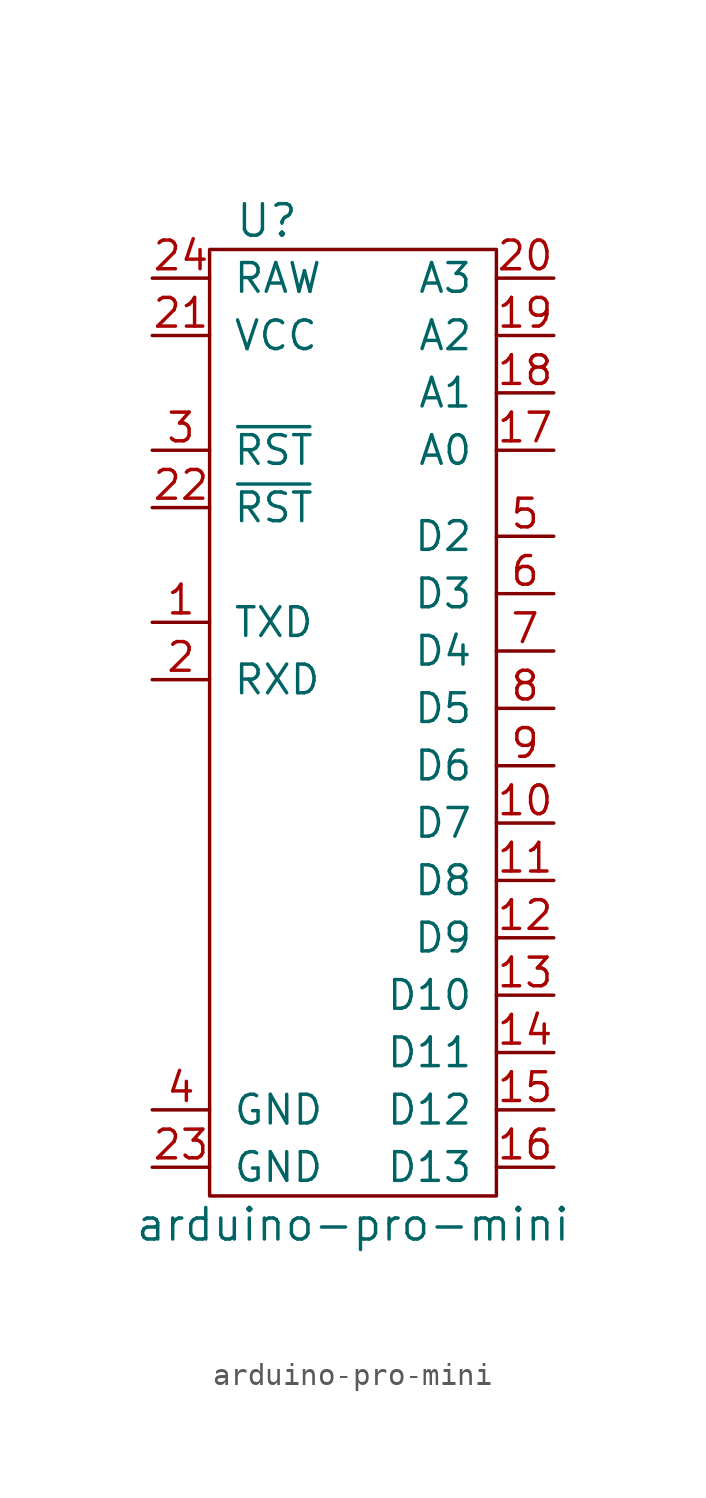
<source format=kicad_sym>
(kicad_symbol_lib
  (version 20231120)
  (generator "kicad_symbol_editor")
  (generator_version "8.0")
  (symbol "arduino-pro-mini"
    (pin_names
      (offset 1.016))
    (property "Reference" "U"
      (at -3.81 21.59 0)
      (effects (font (size 1.397 1.397))))
    (property "Value" "arduino-pro-mini"
      (at 0 -22.86 0)
      (effects (font (size 1.397 1.397))))
    (symbol "arduino-pro-mini_0_1"
      (rectangle (start -6.35 -21.59) (end 6.35 20.32) (stroke (width 0) (type default)) (fill (type none))))
    (symbol "arduino-pro-mini_1_1"
      (pin tri_state line (at -8.89 3.81 0) (length 2.54) (name "TXD" (effects (font (size 1.27 1.27)))) (number "1" (effects (font (size 1.27 1.27)))))
      (pin tri_state line (at 8.89 -5.08 180) (length 2.54) (name "D7" (effects (font (size 1.27 1.27)))) (number "10" (effects (font (size 1.27 1.27)))))
      (pin tri_state line (at 8.89 -7.62 180) (length 2.54) (name "D8" (effects (font (size 1.27 1.27)))) (number "11" (effects (font (size 1.27 1.27)))))
      (pin tri_state line (at 8.89 -10.16 180) (length 2.54) (name "D9" (effects (font (size 1.27 1.27)))) (number "12" (effects (font (size 1.27 1.27)))))
      (pin tri_state line (at 8.89 -12.7 180) (length 2.54) (name "D10" (effects (font (size 1.27 1.27)))) (number "13" (effects (font (size 1.27 1.27)))))
      (pin tri_state line (at 8.89 -15.24 180) (length 2.54) (name "D11" (effects (font (size 1.27 1.27)))) (number "14" (effects (font (size 1.27 1.27)))))
      (pin tri_state line (at 8.89 -17.78 180) (length 2.54) (name "D12" (effects (font (size 1.27 1.27)))) (number "15" (effects (font (size 1.27 1.27)))))
      (pin tri_state line (at 8.89 -20.32 180) (length 2.54) (name "D13" (effects (font (size 1.27 1.27)))) (number "16" (effects (font (size 1.27 1.27)))))
      (pin tri_state line (at 8.89 11.43 180) (length 2.54) (name "A0" (effects (font (size 1.27 1.27)))) (number "17" (effects (font (size 1.27 1.27)))))
      (pin tri_state line (at 8.89 13.97 180) (length 2.54) (name "A1" (effects (font (size 1.27 1.27)))) (number "18" (effects (font (size 1.27 1.27)))))
      (pin tri_state line (at 8.89 16.51 180) (length 2.54) (name "A2" (effects (font (size 1.27 1.27)))) (number "19" (effects (font (size 1.27 1.27)))))
      (pin tri_state line (at -8.89 1.27 0) (length 2.54) (name "RXD" (effects (font (size 1.27 1.27)))) (number "2" (effects (font (size 1.27 1.27)))))
      (pin tri_state line (at 8.89 19.05 180) (length 2.54) (name "A3" (effects (font (size 1.27 1.27)))) (number "20" (effects (font (size 1.27 1.27)))))
      (pin tri_state line (at -8.89 16.51 0) (length 2.54) (name "VCC" (effects (font (size 1.27 1.27)))) (number "21" (effects (font (size 1.27 1.27)))))
      (pin input line (at -8.89 8.89 0) (length 2.54) (name "~{RST}" (effects (font (size 1.27 1.27)))) (number "22" (effects (font (size 1.27 1.27)))))
      (pin input line (at -8.89 -20.32 0) (length 2.54) (name "GND" (effects (font (size 1.27 1.27)))) (number "23" (effects (font (size 1.27 1.27)))))
      (pin input line (at -8.89 19.05 0) (length 2.54) (name "RAW" (effects (font (size 1.27 1.27)))) (number "24" (effects (font (size 1.27 1.27)))))
      (pin input line (at -8.89 11.43 0) (length 2.54) (name "~{RST}" (effects (font (size 1.27 1.27)))) (number "3" (effects (font (size 1.27 1.27)))))
      (pin power_in line (at -8.89 -17.78 0) (length 2.54) (name "GND" (effects (font (size 1.27 1.27)))) (number "4" (effects (font (size 1.27 1.27)))))
      (pin tri_state line (at 8.89 7.62 180) (length 2.54) (name "D2" (effects (font (size 1.27 1.27)))) (number "5" (effects (font (size 1.27 1.27)))))
      (pin tri_state line (at 8.89 5.08 180) (length 2.54) (name "D3" (effects (font (size 1.27 1.27)))) (number "6" (effects (font (size 1.27 1.27)))))
      (pin tri_state line (at 8.89 2.54 180) (length 2.54) (name "D4" (effects (font (size 1.27 1.27)))) (number "7" (effects (font (size 1.27 1.27)))))
      (pin tri_state line (at 8.89 0 180) (length 2.54) (name "D5" (effects (font (size 1.27 1.27)))) (number "8" (effects (font (size 1.27 1.27)))))
      (pin tri_state line (at 8.89 -2.54 180) (length 2.54) (name "D6" (effects (font (size 1.27 1.27)))) (number "9" (effects (font (size 1.27 1.27))))))))
</source>
